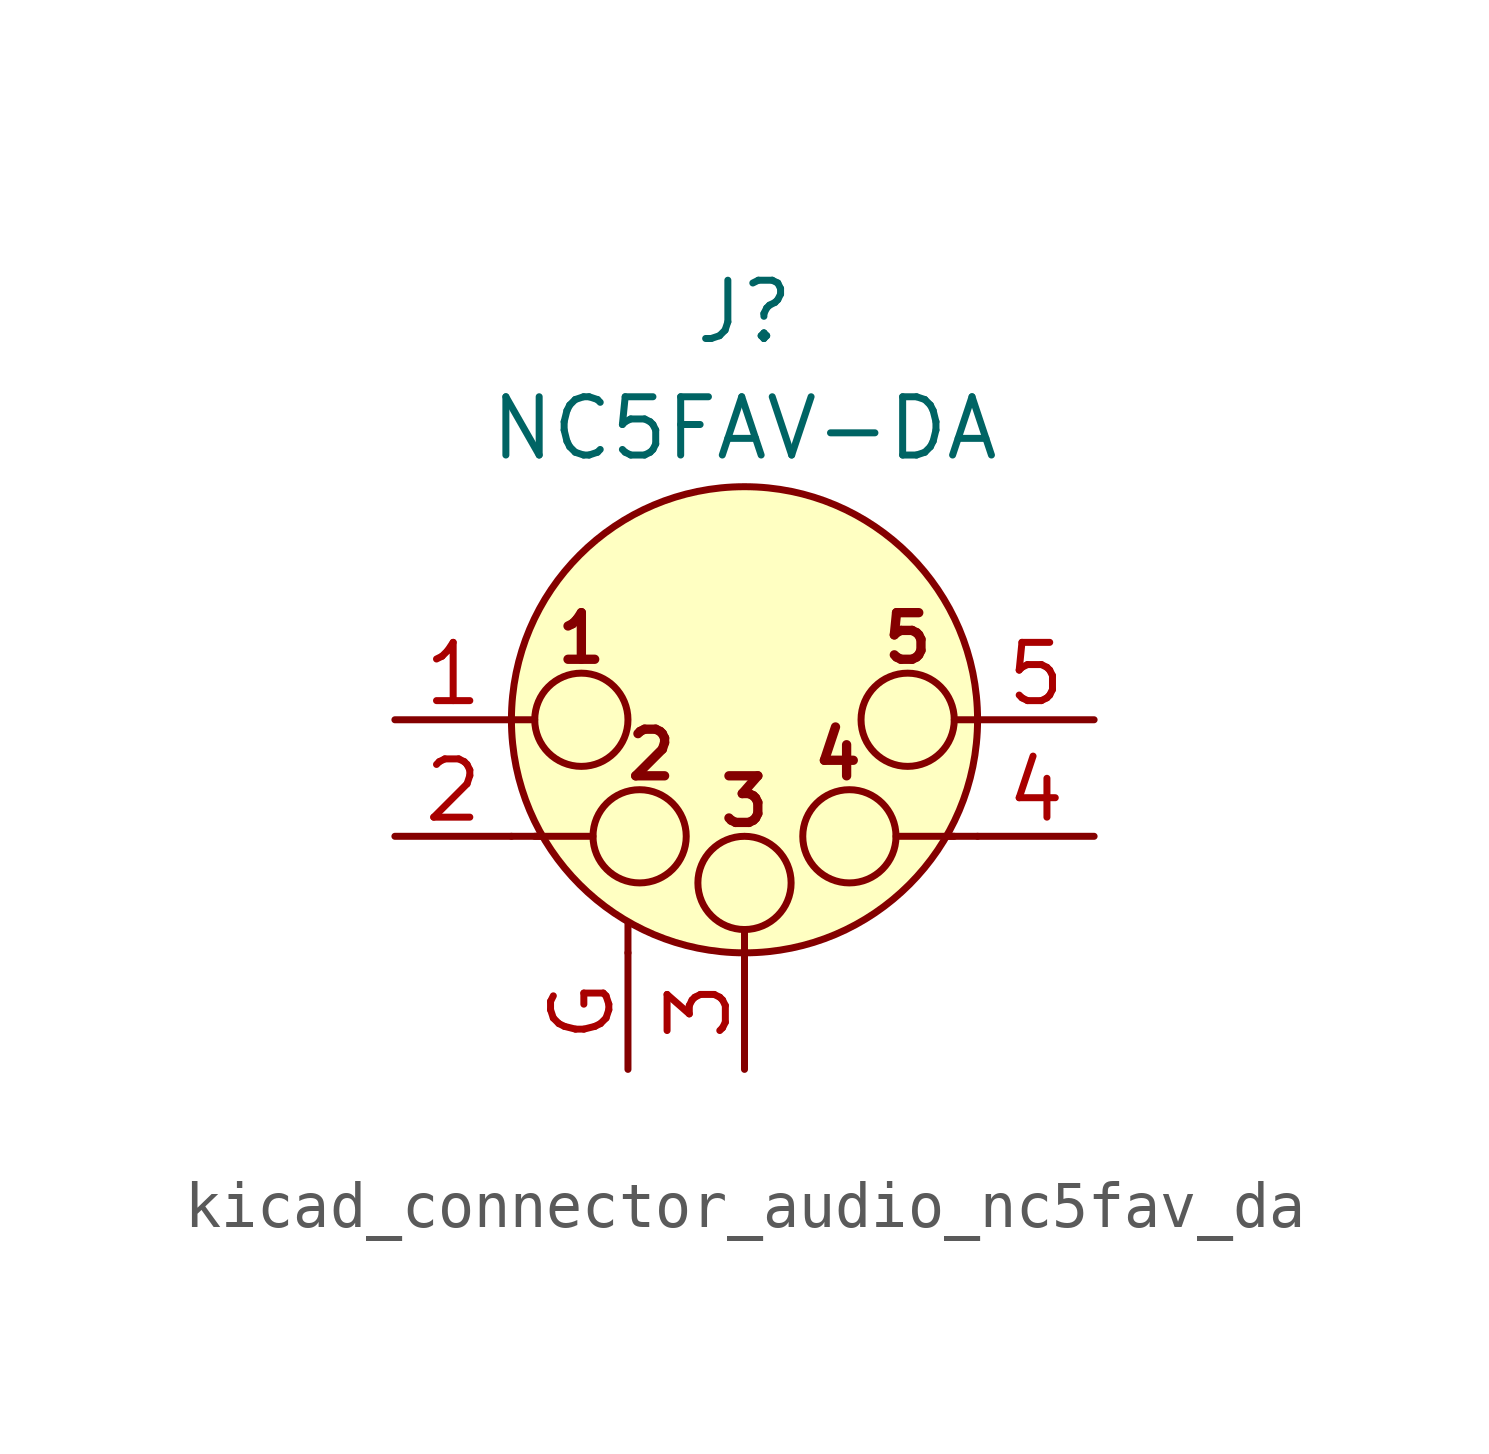
<source format=kicad_sym>
(kicad_symbol_lib
  (version 20220914)
  (generator kicad_symbol_editor)
  (symbol "kicad_connector_audio_nc5fav_da"
    (pin_names hide)
    (property "Reference" "J"
      (at 0 8.89 0)
      (effects (font (size 1.27 1.27))))
    (property "Value" "NC5FAV-DA"
      (at 0 6.35 0)
      (effects (font (size 1.27 1.27))))
    (symbol "kicad_connector_audio_nc5fav_da_0_1"
      (circle (center -3.556 0) (radius 1.016) (stroke (width 0) (type default)) (fill (type none)))
      (circle (center -2.286 -2.54) (radius 1.016) (stroke (width 0) (type default)) (fill (type none)))
      (circle (center 0 -3.556) (radius 1.016) (stroke (width 0) (type default)) (fill (type none)))
      (polyline (pts (xy -5.08 -2.54) (xy -4.445 -2.54)) (stroke (width 0) (type default)) (fill (type none)))
      (polyline (pts (xy -5.08 0) (xy -4.572 0)) (stroke (width 0) (type default)) (fill (type none)))
      (polyline (pts (xy -4.572 -2.54) (xy -3.302 -2.54)) (stroke (width 0) (type default)) (fill (type none)))
      (polyline (pts (xy -2.54 -5.08) (xy -2.54 -4.445)) (stroke (width 0) (type default)) (fill (type none)))
      (polyline (pts (xy 0 -5.08) (xy 0 -4.572)) (stroke (width 0) (type default)) (fill (type none)))
      (polyline (pts (xy 4.572 -2.54) (xy 3.302 -2.54)) (stroke (width 0) (type default)) (fill (type none)))
      (polyline (pts (xy 5.08 -2.54) (xy 4.445 -2.54)) (stroke (width 0) (type default)) (fill (type none)))
      (polyline (pts (xy 5.08 0) (xy 4.572 0)) (stroke (width 0) (type default)) (fill (type none)))
      (circle (center 0 0) (radius 5.08) (stroke (width 0) (type default)) (fill (type background)))
      (circle (center 2.286 -2.54) (radius 1.016) (stroke (width 0) (type default)) (fill (type none)))
      (circle (center 3.556 0) (radius 1.016) (stroke (width 0) (type default)) (fill (type none)))
      (text "1" (at -3.556 1.778 0) (effects (font (size 1.016 1.016) bold)))
      (text "2" (at -2.032 -0.762 0) (effects (font (size 1.016 1.016) bold)))
      (text "3" (at 0 -1.778 0) (effects (font (size 1.016 1.016) bold)))
      (text "4" (at 2.032 -0.762 0) (effects (font (size 1.016 1.016) bold)))
      (text "5" (at 3.556 1.778 0) (effects (font (size 1.016 1.016) bold))))
    (symbol "kicad_connector_audio_nc5fav_da_1_1"
      (pin passive line (at -7.62 0 0) (length 2.54) (name "P1" (effects (font (size 1.27 1.27)))) (number "1" (effects (font (size 1.27 1.27)))))
      (pin passive line (at -7.62 -2.54 0) (length 2.54) (name "P2" (effects (font (size 1.27 1.27)))) (number "2" (effects (font (size 1.27 1.27)))))
      (pin passive line (at 0 -7.62 90) (length 2.54) (name "P3" (effects (font (size 1.27 1.27)))) (number "3" (effects (font (size 1.27 1.27)))))
      (pin passive line (at 7.62 -2.54 180) (length 2.54) (name "P3" (effects (font (size 1.27 1.27)))) (number "4" (effects (font (size 1.27 1.27)))))
      (pin passive line (at 7.62 0 180) (length 2.54) (name "P5" (effects (font (size 1.27 1.27)))) (number "5" (effects (font (size 1.27 1.27)))))
      (pin passive line (at -2.54 -7.62 90) (length 2.54) (name "~" (effects (font (size 1.27 1.27)))) (number "G" (effects (font (size 1.27 1.27))))))))
</source>
